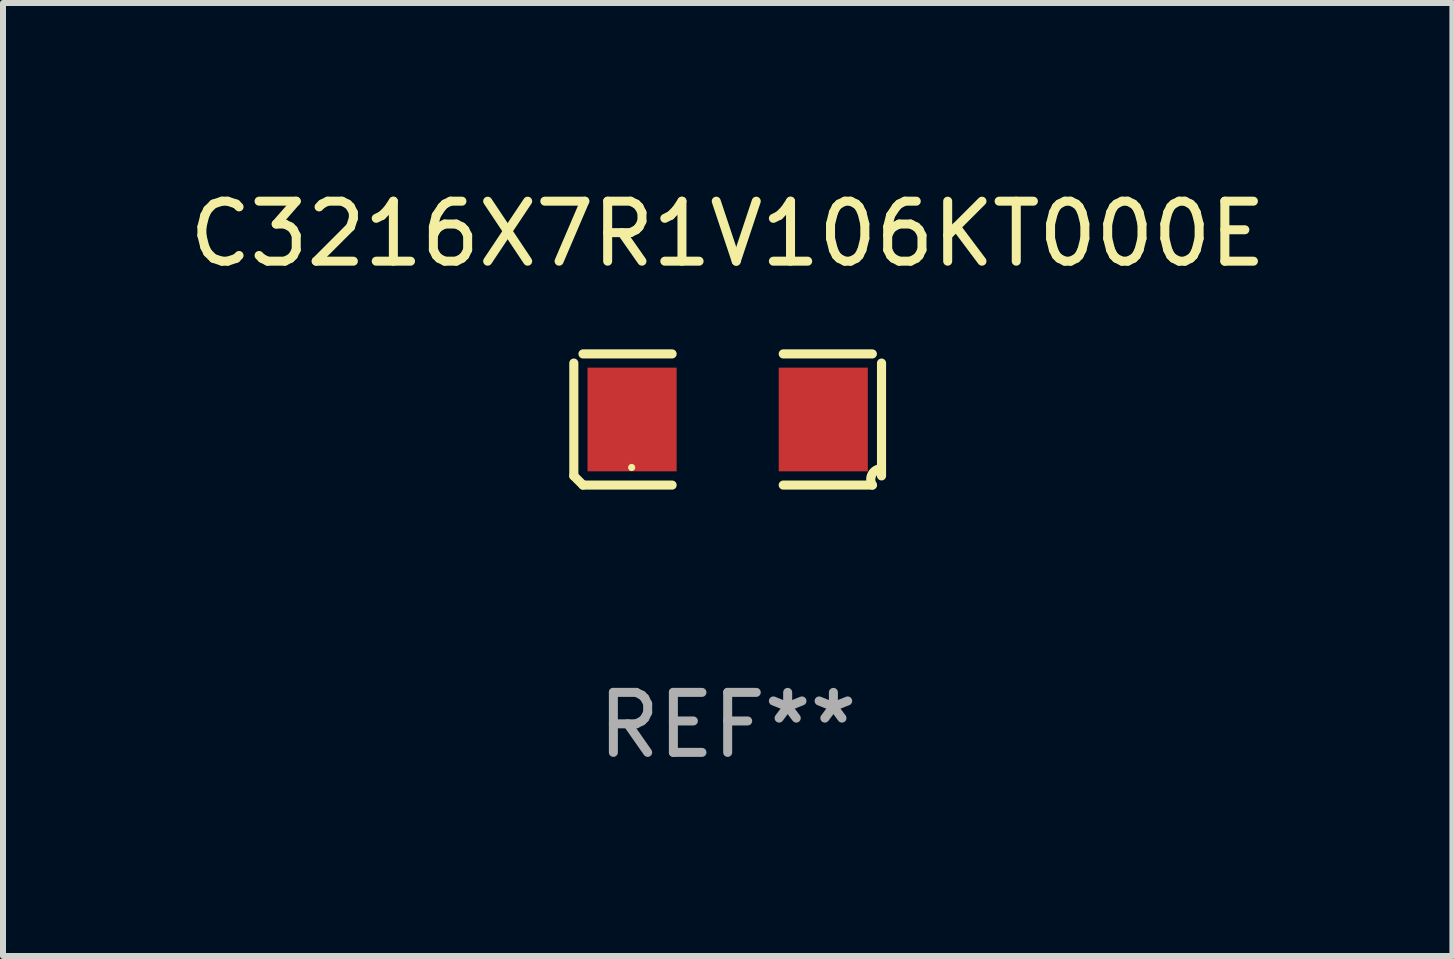
<source format=kicad_pcb>
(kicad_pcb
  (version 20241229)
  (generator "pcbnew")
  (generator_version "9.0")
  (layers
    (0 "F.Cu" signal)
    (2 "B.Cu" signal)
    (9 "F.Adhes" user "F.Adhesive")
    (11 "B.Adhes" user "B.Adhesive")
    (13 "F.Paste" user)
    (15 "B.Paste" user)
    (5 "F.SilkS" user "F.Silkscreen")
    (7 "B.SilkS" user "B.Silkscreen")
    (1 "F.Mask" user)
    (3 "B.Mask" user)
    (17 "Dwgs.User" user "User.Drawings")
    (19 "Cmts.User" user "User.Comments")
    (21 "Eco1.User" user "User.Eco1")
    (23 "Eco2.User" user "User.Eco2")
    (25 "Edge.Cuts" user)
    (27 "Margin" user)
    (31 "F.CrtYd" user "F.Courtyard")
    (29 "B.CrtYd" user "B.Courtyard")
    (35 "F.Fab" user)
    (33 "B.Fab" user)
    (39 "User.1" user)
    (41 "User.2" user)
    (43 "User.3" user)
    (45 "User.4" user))
  (footprint "C3216X7R1V106KT000E"
    (layer "F.Cu")
    (at 9.077 3.941)
    (property "Reference" "C3216X7R1V106KT000E" (at 0 -3.093 0) (layer "F.SilkS") (effects (font (size 1 1) (thickness 0.15))))
    (attr through_hole)
    (fp_line (start -2.564 0.94) (end -2.564 -0.94) (stroke (width 0.152) (type solid)) (layer "F.SilkS"))
    (fp_line (start -2.411 -1.093) (end -0.926 -1.093) (stroke (width 0.152) (type solid)) (layer "F.SilkS"))
    (fp_line (start -0.926 1.093) (end -2.411 1.093) (stroke (width 0.152) (type solid)) (layer "F.SilkS"))
    (fp_line (start 0.926 1.093) (end 2.411 1.093) (stroke (width 0.152) (type solid)) (layer "F.SilkS"))
    (fp_line (start 2.411 -1.093) (end 0.926 -1.093) (stroke (width 0.152) (type solid)) (layer "F.SilkS"))
    (fp_line (start 2.564 0.94) (end 2.564 -0.94) (stroke (width 0.152) (type solid)) (layer "F.SilkS"))
    (fp_arc (start -2.411201 1.092609) (mid -2.487413 1.01642) (end -2.563602 0.940208) (stroke (width 0.1524) (type solid)) (layer "F.SilkS"))
    (fp_arc (start 2.411201 1.092609) (mid 2.407159 0.911226) (end 2.563602 0.819347) (stroke (width 0.1524) (type solid)) (layer "F.SilkS"))
    (fp_circle (center -1.6 0.8) (end -1.57 0.8) (stroke (width 0.06) (type solid)) (fill no) (layer "F.SilkS"))
    (fp_text user "REF**" (at 0 5.093 0) (layer "F.Fab") (effects (font (size 1 1) (thickness 0.15))))
    (pad "1" smd rect (at -1.593 0) (size 1.485 1.728) (layers "F.Cu" "F.Mask" "F.Paste"))
    (pad "2" smd rect (at 1.593 0) (size 1.485 1.728) (layers "F.Cu" "F.Mask" "F.Paste")))
  (gr_rect
    (start -3 -3)
    (end 21.155 12.882)
    (stroke (width 0.1) (type default))
    (fill no)
    (layer "Edge.Cuts")))
</source>
